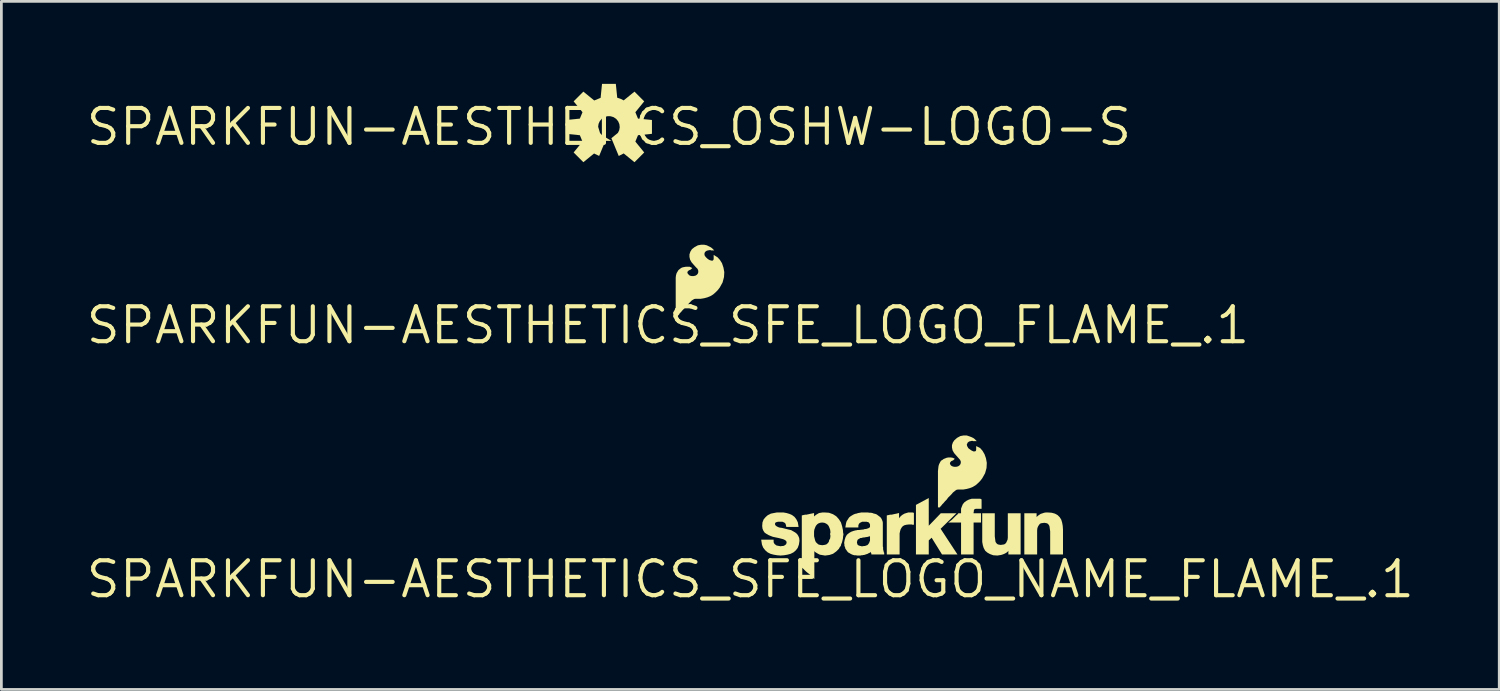
<source format=kicad_pcb>
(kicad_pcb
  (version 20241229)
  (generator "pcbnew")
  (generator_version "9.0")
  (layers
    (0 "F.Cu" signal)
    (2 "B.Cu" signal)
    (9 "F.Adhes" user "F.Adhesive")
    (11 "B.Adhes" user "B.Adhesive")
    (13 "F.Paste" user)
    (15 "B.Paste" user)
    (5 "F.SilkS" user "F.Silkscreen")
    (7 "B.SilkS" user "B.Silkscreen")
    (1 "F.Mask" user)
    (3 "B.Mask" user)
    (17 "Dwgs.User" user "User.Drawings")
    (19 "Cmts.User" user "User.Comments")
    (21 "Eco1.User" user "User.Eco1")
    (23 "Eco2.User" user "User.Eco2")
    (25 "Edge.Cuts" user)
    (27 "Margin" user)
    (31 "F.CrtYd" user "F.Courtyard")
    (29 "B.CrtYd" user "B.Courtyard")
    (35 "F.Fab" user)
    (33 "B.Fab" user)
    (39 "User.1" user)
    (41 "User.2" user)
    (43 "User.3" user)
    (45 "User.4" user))
  (footprint "SPARKFUN-AESTHETICS_SFE_LOGO_FLAME_.1"
    (layer "F.Cu")
    (at 21.234 8.775)
    (property "Reference" "SPARKFUN-AESTHETICS_SFE_LOGO_FLAME_.1" (at 0 0 0) (layer "F.SilkS") (effects (font (size 1.27 1.27) (thickness 0.15))))
    (fp_poly (pts (xy 1.413 -2.906) (xy 1.56 -2.833) (xy 1.605 -2.799) (xy 1.682 -2.722) (xy 1.571 -2.722) (xy 1.551 -2.732) (xy 1.505 -2.732) (xy 1.468 -2.723) (xy 1.422 -2.714) (xy 1.39 -2.697) (xy 1.358 -2.673) (xy 1.343 -2.651) (xy 1.335 -2.635) (xy 1.328 -2.614) (xy 1.328 -2.565) (xy 1.335 -2.536) (xy 1.37 -2.484) (xy 1.425 -2.429) (xy 1.462 -2.401) (xy 1.489 -2.383) (xy 1.523 -2.366) (xy 1.595 -2.348) (xy 1.614 -2.348) (xy 1.629 -2.353) (xy 1.649 -2.373) (xy 1.655 -2.385) (xy 1.662 -2.406) (xy 1.662 -2.559) (xy 1.805 -2.469) (xy 1.891 -2.373) (xy 1.965 -2.256) (xy 2.017 -2.1) (xy 2.048 -1.932) (xy 2.038 -1.754) (xy 1.986 -1.556) (xy 1.882 -1.369) (xy 1.809 -1.275) (xy 1.726 -1.192) (xy 1.643 -1.119) (xy 1.537 -1.056) (xy 1.432 -1.014) (xy 1.318 -0.983) (xy 1.193 -0.962) (xy 1.003 -0.962) (xy 0.953 -0.954) (xy 0.864 -0.9) (xy 0.768 -0.804) (xy 0.648 -0.664) (xy 0.528 -0.544) (xy 0.478 -0.484) (xy 0.43 -0.436) (xy 0.4 -0.386) (xy 0.282 -0.268) (xy 0.282 -1.732) (xy 0.293 -1.818) (xy 0.315 -1.895) (xy 0.381 -2.005) (xy 0.437 -2.05) (xy 0.481 -2.084) (xy 0.539 -2.107) (xy 0.593 -2.117) (xy 0.657 -2.128) (xy 0.789 -2.128) (xy 0.884 -2.08) (xy 0.833 -2.029) (xy 0.785 -2.005) (xy 0.761 -1.997) (xy 0.713 -1.949) (xy 0.708 -1.934) (xy 0.708 -1.906) (xy 0.715 -1.887) (xy 0.73 -1.864) (xy 0.781 -1.812) (xy 0.821 -1.797) (xy 0.864 -1.788) (xy 0.935 -1.788) (xy 1.004 -1.805) (xy 1.054 -1.838) (xy 1.086 -1.878) (xy 1.102 -1.926) (xy 1.102 -1.983) (xy 1.077 -2.049) (xy 1.012 -2.114) (xy 0.931 -2.205) (xy 0.859 -2.288) (xy 0.804 -2.386) (xy 0.782 -2.486) (xy 0.782 -2.576) (xy 0.815 -2.676) (xy 0.871 -2.766) (xy 0.969 -2.842) (xy 1.087 -2.906) (xy 1.207 -2.928) (xy 1.314 -2.928)) (stroke (width 0) (type default)) (fill yes) (layer "F.SilkS")))
  (footprint "SPARKFUN-AESTHETICS_SFE_LOGO_NAME_FLAME_.1"
    (layer "F.Cu")
    (at 24.228 18.009)
    (property "Reference" "SPARKFUN-AESTHETICS_SFE_LOGO_NAME_FLAME_.1" (at 0 0 0) (layer "F.SilkS") (effects (font (size 1.27 1.27) (thickness 0.15))))
    (fp_poly (pts (xy 3.381 -1.667) (xy 3.368 -1.484) (xy 3.336 -1.348) (xy 3.27 -1.189) (xy 2.862 -1.38) (xy 2.903 -1.489) (xy 2.912 -1.562) (xy 2.912 -1.679)) (stroke (width 0) (type default)) (fill yes) (layer "F.SilkS"))
    (fp_poly (pts (xy 6.488 -1.945) (xy 6.924 -2.398) (xy 7.493 -2.398) (xy 6.919 -1.835) (xy 7.531 -0.902) (xy 6.969 -0.902) (xy 6.592 -1.51) (xy 6.488 -1.413) (xy 6.488 -0.902) (xy 6.022 -0.902) (xy 6.022 -2.703) (xy 6.488 -2.954)) (stroke (width 0) (type default)) (fill yes) (layer "F.SilkS"))
    (fp_poly (pts (xy 4.274 -1.56) (xy 4.219 -1.532) (xy 4.196 -1.532) (xy 4.166 -1.522) (xy 4.126 -1.522) (xy 4.096 -1.512) (xy 4.059 -1.512) (xy 4.039 -1.502) (xy 3.984 -1.502) (xy 3.877 -1.782) (xy 4.016 -1.798) (xy 4.105 -1.808) (xy 4.209 -1.823)) (stroke (width 0) (type default)) (fill yes) (layer "F.SilkS"))
    (fp_poly (pts (xy 5.916 -2.418) (xy 5.948 -2.418) (xy 5.948 -1.982) (xy 5.891 -1.982) (xy 5.871 -1.992) (xy 5.772 -1.992) (xy 5.677 -1.982) (xy 5.604 -1.964) (xy 5.545 -1.93) (xy 5.501 -1.878) (xy 5.465 -1.815) (xy 5.447 -1.751) (xy 5.428 -1.666) (xy 5.428 -0.902) (xy 4.962 -0.902) (xy 4.962 -2.321) (xy 5.042 -2.337) (xy 5.085 -2.348) (xy 5.136 -2.348) (xy 5.182 -2.357) (xy 5.222 -2.367) (xy 5.273 -2.377) (xy 5.322 -2.387) (xy 5.408 -2.409) (xy 5.408 -2.219) (xy 5.42 -2.234) (xy 5.473 -2.297) (xy 5.529 -2.342) (xy 5.604 -2.385) (xy 5.669 -2.406) (xy 5.745 -2.428) (xy 5.906 -2.428)) (stroke (width 0) (type default)) (fill yes) (layer "F.SilkS"))
    (fp_poly (pts (xy 8.408 -2.904) (xy 8.408 -2.562) (xy 8.205 -2.562) (xy 8.173 -2.554) (xy 8.157 -2.546) (xy 8.146 -2.54) (xy 8.133 -2.521) (xy 8.128 -2.511) (xy 8.128 -2.475) (xy 8.118 -2.435) (xy 8.118 -2.398) (xy 8.388 -2.398) (xy 8.388 -2.062) (xy 8.118 -2.062) (xy 8.118 -0.902) (xy 7.662 -0.902) (xy 7.662 -2.062) (xy 7.196 -2.062) (xy 7.325 -2.159) (xy 7.453 -2.287) (xy 7.485 -2.319) (xy 7.523 -2.347) (xy 7.561 -2.398) (xy 7.662 -2.398) (xy 7.662 -2.567) (xy 7.695 -2.654) (xy 7.727 -2.73) (xy 7.784 -2.798) (xy 7.86 -2.853) (xy 7.946 -2.896) (xy 8.054 -2.928) (xy 8.359 -2.928)) (stroke (width 0) (type default)) (fill yes) (layer "F.SilkS"))
    (fp_poly (pts (xy 8.888 -1.562) (xy 8.908 -1.406) (xy 8.916 -1.355) (xy 8.94 -1.323) (xy 8.966 -1.289) (xy 9.004 -1.266) (xy 9.047 -1.257) (xy 9.101 -1.248) (xy 9.174 -1.258) (xy 9.227 -1.266) (xy 9.266 -1.29) (xy 9.299 -1.323) (xy 9.325 -1.376) (xy 9.353 -1.44) (xy 9.362 -1.512) (xy 9.362 -2.398) (xy 9.828 -2.398) (xy 9.828 -0.902) (xy 9.382 -0.902) (xy 9.382 -1.034) (xy 9.357 -1.003) (xy 9.301 -0.958) (xy 9.236 -0.925) (xy 9.183 -0.904) (xy 9.119 -0.883) (xy 9.046 -0.872) (xy 8.982 -0.862) (xy 8.832 -0.872) (xy 8.714 -0.915) (xy 8.618 -0.969) (xy 8.54 -1.036) (xy 8.485 -1.135) (xy 8.453 -1.241) (xy 8.432 -1.357) (xy 8.432 -2.398) (xy 8.888 -2.398)) (stroke (width 0) (type default)) (fill yes) (layer "F.SilkS"))
    (fp_poly (pts (xy 10.956 -2.418) (xy 11.074 -2.386) (xy 11.173 -2.331) (xy 11.25 -2.254) (xy 11.305 -2.166) (xy 11.337 -2.059) (xy 11.358 -1.945) (xy 11.368 -1.811) (xy 11.368 -0.902) (xy 10.902 -0.902) (xy 10.902 -1.738) (xy 10.892 -1.815) (xy 10.882 -1.884) (xy 10.874 -1.937) (xy 10.848 -1.979) (xy 10.824 -2.011) (xy 10.786 -2.034) (xy 10.743 -2.043) (xy 10.689 -2.052) (xy 10.616 -2.042) (xy 10.563 -2.034) (xy 10.525 -2.011) (xy 10.491 -1.968) (xy 10.464 -1.923) (xy 10.437 -1.86) (xy 10.428 -1.778) (xy 10.428 -0.902) (xy 9.962 -0.902) (xy 9.962 -2.398) (xy 10.408 -2.398) (xy 10.408 -2.262) (xy 10.435 -2.288) (xy 10.487 -2.331) (xy 10.553 -2.375) (xy 10.618 -2.396) (xy 10.681 -2.417) (xy 10.747 -2.428) (xy 10.811 -2.428)) (stroke (width 0) (type default)) (fill yes) (layer "F.SilkS"))
    (fp_poly (pts (xy 2.858 -2.418) (xy 3.007 -2.364) (xy 3.125 -2.289) (xy 3.22 -2.183) (xy 3.295 -2.066) (xy 3.337 -1.93) (xy 3.368 -1.785) (xy 3.381 -1.591) (xy 2.912 -1.603) (xy 2.912 -1.728) (xy 2.903 -1.801) (xy 2.875 -1.876) (xy 2.847 -1.94) (xy 2.804 -1.991) (xy 2.752 -2.026) (xy 2.69 -2.053) (xy 2.61 -2.062) (xy 2.539 -2.053) (xy 2.469 -2.026) (xy 2.427 -1.993) (xy 2.383 -1.94) (xy 2.355 -1.876) (xy 2.327 -1.801) (xy 2.318 -1.728) (xy 2.318 -1.565) (xy 2.356 -1.412) (xy 2.382 -1.352) (xy 2.426 -1.308) (xy 2.478 -1.264) (xy 2.537 -1.248) (xy 2.62 -1.238) (xy 2.693 -1.248) (xy 2.762 -1.265) (xy 2.813 -1.307) (xy 2.847 -1.35) (xy 2.891 -1.451) (xy 3.303 -1.257) (xy 3.221 -1.107) (xy 3.125 -1.011) (xy 3.008 -0.926) (xy 2.879 -0.883) (xy 2.719 -0.861) (xy 2.654 -0.872) (xy 2.594 -0.882) (xy 2.528 -0.893) (xy 2.462 -0.927) (xy 2.41 -0.957) (xy 2.355 -0.991) (xy 2.328 -1.024) (xy 2.328 -0.008) (xy 2.175 -0.162) (xy 2.076 -0.24) (xy 2.025 -0.282) (xy 1.973 -0.333) (xy 1.935 -0.372) (xy 1.872 -0.422) (xy 1.872 -2.32) (xy 1.942 -2.337) (xy 1.996 -2.348) (xy 2.045 -2.348) (xy 2.082 -2.357) (xy 2.132 -2.367) (xy 2.172 -2.377) (xy 2.223 -2.387) (xy 2.318 -2.406) (xy 2.318 -2.282) (xy 2.335 -2.298) (xy 2.388 -2.341) (xy 2.44 -2.373) (xy 2.497 -2.406) (xy 2.564 -2.418) (xy 2.627 -2.428) (xy 2.701 -2.428)) (stroke (width 0) (type default)) (fill yes) (layer "F.SilkS"))
    (fp_poly (pts (xy 1.319 -2.407) (xy 1.423 -2.376) (xy 1.519 -2.333) (xy 1.607 -2.267) (xy 1.673 -2.18) (xy 1.727 -2.072) (xy 1.755 -1.902) (xy 1.309 -1.902) (xy 1.293 -1.979) (xy 1.276 -2.022) (xy 1.263 -2.043) (xy 1.241 -2.057) (xy 1.204 -2.075) (xy 1.163 -2.092) (xy 1.006 -2.092) (xy 0.981 -2.083) (xy 0.941 -2.073) (xy 0.924 -2.068) (xy 0.912 -2.049) (xy 0.898 -2.028) (xy 0.898 -2.005) (xy 0.905 -1.977) (xy 0.927 -1.947) (xy 0.96 -1.923) (xy 1.015 -1.895) (xy 1.068 -1.877) (xy 1.147 -1.868) (xy 1.309 -1.827) (xy 1.389 -1.807) (xy 1.484 -1.786) (xy 1.559 -1.743) (xy 1.632 -1.701) (xy 1.699 -1.646) (xy 1.744 -1.578) (xy 1.777 -1.5) (xy 1.788 -1.399) (xy 1.767 -1.261) (xy 1.724 -1.142) (xy 1.658 -1.054) (xy 1.571 -0.978) (xy 1.464 -0.924) (xy 1.348 -0.893) (xy 1.225 -0.872) (xy 1.1 -0.862) (xy 0.975 -0.872) (xy 0.852 -0.893) (xy 0.736 -0.924) (xy 0.629 -0.978) (xy 0.542 -1.054) (xy 0.467 -1.151) (xy 0.423 -1.26) (xy 0.396 -1.438) (xy 0.848 -1.438) (xy 0.848 -1.347) (xy 0.864 -1.309) (xy 0.887 -1.277) (xy 0.923 -1.25) (xy 0.955 -1.226) (xy 1.007 -1.217) (xy 1.057 -1.207) (xy 1.108 -1.199) (xy 1.145 -1.208) (xy 1.185 -1.208) (xy 1.217 -1.216) (xy 1.25 -1.233) (xy 1.285 -1.259) (xy 1.306 -1.279) (xy 1.313 -1.309) (xy 1.321 -1.34) (xy 1.314 -1.367) (xy 1.3 -1.395) (xy 1.269 -1.418) (xy 1.224 -1.445) (xy 1.169 -1.463) (xy 1.091 -1.483) (xy 1.012 -1.503) (xy 0.912 -1.523) (xy 0.819 -1.543) (xy 0.736 -1.575) (xy 0.663 -1.606) (xy 0.59 -1.648) (xy 0.523 -1.693) (xy 0.476 -1.762) (xy 0.443 -1.84) (xy 0.432 -1.939) (xy 0.443 -2.069) (xy 0.487 -2.18) (xy 0.563 -2.267) (xy 0.639 -2.332) (xy 0.748 -2.386) (xy 0.853 -2.407) (xy 0.967 -2.428) (xy 1.203 -2.428)) (stroke (width 0) (type default)) (fill yes) (layer "F.SilkS"))
    (fp_poly (pts (xy 7.963 -5.196) (xy 8.045 -5.165) (xy 8.11 -5.133) (xy 8.155 -5.099) (xy 8.232 -5.022) (xy 8.104 -5.022) (xy 8.074 -5.032) (xy 8.055 -5.032) (xy 8.018 -5.023) (xy 7.972 -5.014) (xy 7.94 -4.997) (xy 7.908 -4.973) (xy 7.895 -4.953) (xy 7.885 -4.925) (xy 7.875 -4.905) (xy 7.87 -4.89) (xy 7.877 -4.871) (xy 7.885 -4.836) (xy 7.903 -4.809) (xy 7.921 -4.773) (xy 7.944 -4.75) (xy 7.972 -4.731) (xy 8.012 -4.701) (xy 8.039 -4.683) (xy 8.109 -4.648) (xy 8.164 -4.648) (xy 8.183 -4.655) (xy 8.198 -4.664) (xy 8.204 -4.682) (xy 8.212 -4.706) (xy 8.212 -4.842) (xy 8.354 -4.771) (xy 8.441 -4.672) (xy 8.515 -4.546) (xy 8.567 -4.4) (xy 8.598 -4.232) (xy 8.588 -4.044) (xy 8.536 -3.855) (xy 8.432 -3.669) (xy 8.359 -3.575) (xy 8.276 -3.492) (xy 8.193 -3.419) (xy 8.087 -3.356) (xy 7.982 -3.314) (xy 7.868 -3.283) (xy 7.743 -3.262) (xy 7.553 -3.262) (xy 7.503 -3.254) (xy 7.462 -3.229) (xy 7.414 -3.19) (xy 7.367 -3.153) (xy 7.318 -3.094) (xy 7.189 -2.965) (xy 7.139 -2.895) (xy 7.078 -2.834) (xy 7.028 -2.774) (xy 6.979 -2.725) (xy 6.949 -2.685) (xy 6.92 -2.656) (xy 6.89 -2.612) (xy 6.822 -2.612) (xy 6.822 -3.932) (xy 6.832 -4.024) (xy 6.843 -4.118) (xy 6.865 -4.185) (xy 6.897 -4.248) (xy 6.932 -4.308) (xy 6.989 -4.342) (xy 7.031 -4.374) (xy 7.086 -4.395) (xy 7.14 -4.417) (xy 7.207 -4.428) (xy 7.295 -4.428) (xy 7.335 -4.418) (xy 7.359 -4.418) (xy 7.434 -4.38) (xy 7.383 -4.329) (xy 7.335 -4.305) (xy 7.311 -4.297) (xy 7.28 -4.266) (xy 7.265 -4.243) (xy 7.258 -4.224) (xy 7.258 -4.206) (xy 7.265 -4.185) (xy 7.281 -4.153) (xy 7.304 -4.13) (xy 7.328 -4.114) (xy 7.371 -4.097) (xy 7.414 -4.088) (xy 7.485 -4.088) (xy 7.554 -4.105) (xy 7.604 -4.138) (xy 7.636 -4.178) (xy 7.652 -4.226) (xy 7.652 -4.282) (xy 7.627 -4.339) (xy 7.561 -4.415) (xy 7.481 -4.505) (xy 7.409 -4.588) (xy 7.354 -4.686) (xy 7.332 -4.786) (xy 7.332 -4.876) (xy 7.366 -4.977) (xy 7.421 -5.056) (xy 7.518 -5.141) (xy 7.637 -5.206) (xy 7.757 -5.228) (xy 7.866 -5.228)) (stroke (width 0) (type default)) (fill yes) (layer "F.SilkS"))
    (fp_poly (pts (xy 4.324 -2.418) (xy 4.384 -2.418) (xy 4.441 -2.407) (xy 4.491 -2.387) (xy 4.541 -2.377) (xy 4.599 -2.354) (xy 4.643 -2.32) (xy 4.683 -2.29) (xy 4.727 -2.257) (xy 4.763 -2.21) (xy 4.785 -2.166) (xy 4.807 -2.111) (xy 4.818 -2.054) (xy 4.818 -1.189) (xy 4.828 -1.169) (xy 4.828 -1.079) (xy 4.838 -1.059) (xy 4.838 -1.039) (xy 4.848 -1.019) (xy 4.848 -0.989) (xy 4.851 -0.983) (xy 4.868 -0.966) (xy 4.868 -0.902) (xy 4.402 -0.902) (xy 4.402 -0.934) (xy 4.392 -0.944) (xy 4.392 -0.954) (xy 4.382 -0.964) (xy 4.382 -0.994) (xy 4.38 -0.996) (xy 4.364 -0.98) (xy 4.327 -0.955) (xy 4.297 -0.945) (xy 4.267 -0.925) (xy 4.232 -0.914) (xy 4.136 -0.882) (xy 4.106 -0.882) (xy 4.076 -0.872) (xy 4.036 -0.872) (xy 4.006 -0.862) (xy 3.886 -0.862) (xy 3.836 -0.872) (xy 3.785 -0.872) (xy 3.738 -0.884) (xy 3.684 -0.905) (xy 3.641 -0.927) (xy 3.611 -0.947) (xy 3.567 -0.969) (xy 3.53 -1.006) (xy 3.509 -1.038) (xy 3.479 -1.078) (xy 3.454 -1.115) (xy 3.444 -1.168) (xy 3.422 -1.211) (xy 3.422 -1.266) (xy 3.411 -1.32) (xy 3.433 -1.439) (xy 3.465 -1.536) (xy 3.51 -1.615) (xy 3.588 -1.681) (xy 3.664 -1.725) (xy 3.749 -1.756) (xy 3.833 -1.778) (xy 3.955 -1.791) (xy 4.06 -1.516) (xy 3.995 -1.495) (xy 3.983 -1.489) (xy 3.973 -1.479) (xy 3.933 -1.459) (xy 3.923 -1.449) (xy 3.908 -1.442) (xy 3.888 -1.401) (xy 3.888 -1.381) (xy 3.878 -1.361) (xy 3.878 -1.326) (xy 3.888 -1.296) (xy 3.888 -1.279) (xy 3.891 -1.273) (xy 3.901 -1.263) (xy 3.908 -1.248) (xy 3.923 -1.241) (xy 3.933 -1.231) (xy 3.959 -1.218) (xy 3.979 -1.218) (xy 3.999 -1.208) (xy 4.019 -1.208) (xy 4.039 -1.198) (xy 4.076 -1.198) (xy 4.126 -1.208) (xy 4.171 -1.208) (xy 4.207 -1.226) (xy 4.244 -1.235) (xy 4.266 -1.25) (xy 4.28 -1.264) (xy 4.3 -1.294) (xy 4.317 -1.311) (xy 4.324 -1.332) (xy 4.335 -1.365) (xy 4.345 -1.385) (xy 4.352 -1.406) (xy 4.352 -1.568) (xy 4.347 -1.566) (xy 4.319 -1.552) (xy 4.299 -1.552) (xy 4.279 -1.542) (xy 4.2 -1.542) (xy 4.134 -1.807) (xy 4.239 -1.836) (xy 4.294 -1.855) (xy 4.334 -1.879) (xy 4.352 -1.903) (xy 4.352 -1.991) (xy 4.329 -2.037) (xy 4.319 -2.047) (xy 4.312 -2.062) (xy 4.303 -2.066) (xy 4.271 -2.082) (xy 4.251 -2.082) (xy 4.231 -2.092) (xy 4.069 -2.092) (xy 3.983 -2.049) (xy 3.951 -2.017) (xy 3.945 -2.005) (xy 3.935 -1.975) (xy 3.928 -1.961) (xy 3.928 -1.882) (xy 3.455 -1.882) (xy 3.472 -1.986) (xy 3.483 -2.049) (xy 3.506 -2.118) (xy 3.538 -2.161) (xy 3.568 -2.211) (xy 3.603 -2.257) (xy 3.649 -2.292) (xy 3.7 -2.323) (xy 3.753 -2.354) (xy 3.809 -2.377) (xy 3.86 -2.387) (xy 3.921 -2.407) (xy 3.983 -2.417) (xy 4.036 -2.428) (xy 4.274 -2.428)) (stroke (width 0) (type default)) (fill yes) (layer "F.SilkS")))
  (footprint "SPARKFUN-AESTHETICS_OSHW-LOGO-S"
    (layer "F.Cu")
    (at 19.088 1.564)
    (property "Reference" "SPARKFUN-AESTHETICS_OSHW-LOGO-S" (at 0 0 0) (layer "F.SilkS") (effects (font (size 1.27 1.27) (thickness 0.15))))
    (fp_poly (pts (xy 0.302 -1.061) (xy 0.423 -1.022) (xy 0.537 -0.964) (xy 0.929 -1.283) (xy 1.283 -0.929) (xy 0.961 -0.534) (xy 1.057 -0.302) (xy 1.564 -0.251) (xy 1.564 0.251) (xy 1.057 0.302) (xy 0.961 0.534) (xy 1.283 0.929) (xy 0.929 1.283) (xy 0.537 0.964) (xy 0.357 1.057) (xy 0.089 0.41) (xy 0.326 0.218) (xy 0.374 0.121) (xy 0.393 0.01) (xy 0.379 -0.102) (xy 0.335 -0.205) (xy 0.263 -0.292) (xy 0.169 -0.355) (xy 0.061 -0.388) (xy -0.051 -0.389) (xy -0.16 -0.359) (xy -0.255 -0.299) (xy -0.33 -0.214) (xy -0.377 -0.112) (xy -0.392 -0.006) (xy -0.323 0.223) (xy -0.249 0.304) (xy 0.092 0.508) (xy -0.129 0.508) (xy -0.355 1.054) (xy -0.507 0.984) (xy -0.539 0.965) (xy -0.929 1.283) (xy -1.283 0.929) (xy -0.961 0.534) (xy -1.057 0.302) (xy -1.564 0.251) (xy -1.564 -0.251) (xy -1.057 -0.302) (xy -0.961 -0.534) (xy -1.283 -0.929) (xy -0.929 -1.283) (xy -0.534 -0.961) (xy -0.302 -1.057) (xy -0.251 -1.564) (xy 0.251 -1.564)) (stroke (width 0) (type default)) (fill yes) (layer "F.SilkS")))
  (gr_rect
    (start -3 -3)
    (end 51.456 22.015)
    (stroke (width 0.1) (type default))
    (fill no)
    (layer "Edge.Cuts")))
</source>
